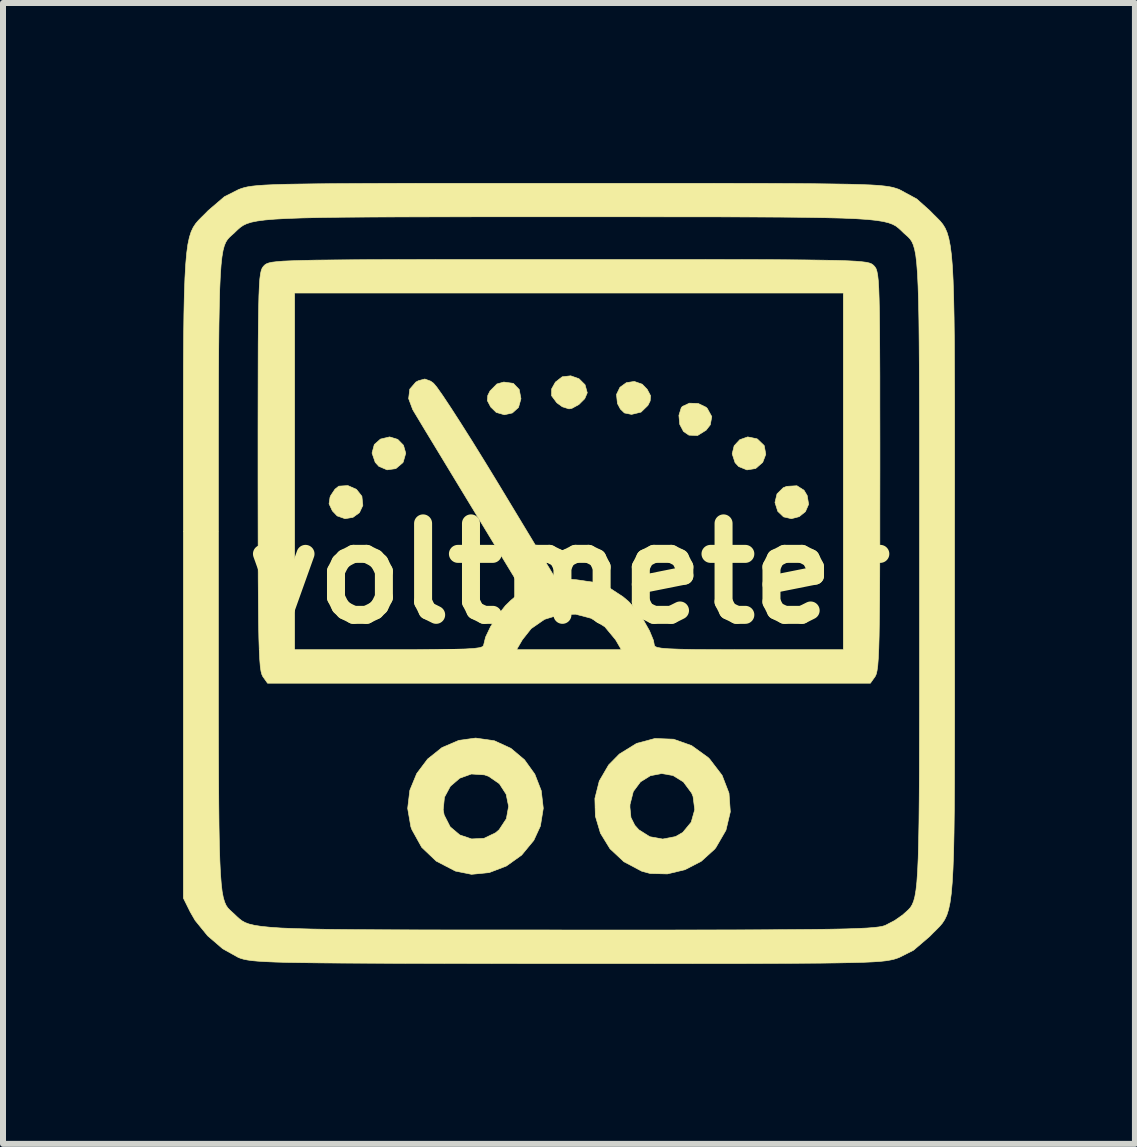
<source format=kicad_pcb>
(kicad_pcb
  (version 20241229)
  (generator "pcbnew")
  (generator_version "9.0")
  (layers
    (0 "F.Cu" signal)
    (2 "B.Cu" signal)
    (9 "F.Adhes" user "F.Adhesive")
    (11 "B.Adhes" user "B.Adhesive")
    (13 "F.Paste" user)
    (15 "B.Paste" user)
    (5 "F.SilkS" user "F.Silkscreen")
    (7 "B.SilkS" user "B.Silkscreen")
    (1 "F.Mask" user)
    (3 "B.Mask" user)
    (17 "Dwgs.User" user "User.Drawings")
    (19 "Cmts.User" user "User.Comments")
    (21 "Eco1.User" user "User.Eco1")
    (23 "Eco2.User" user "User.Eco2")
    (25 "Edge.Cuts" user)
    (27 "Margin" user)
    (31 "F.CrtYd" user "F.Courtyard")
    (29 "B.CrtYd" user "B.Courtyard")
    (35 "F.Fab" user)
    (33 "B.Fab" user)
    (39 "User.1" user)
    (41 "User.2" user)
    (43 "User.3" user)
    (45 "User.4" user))
  (footprint "voltmeter"
    (layer "F.Cu")
    (at 6.432 6.507)
    (property "Reference" "voltmeter" (at 0 0 0) (layer "F.SilkS") (effects (font (size 1.524 1.524) (thickness 0.3))))
    (attr through_hole)
    (fp_poly (pts (xy -2.854 -2.235) (xy -2.758 -2.137) (xy -2.72 -2.004) (xy -2.762 -1.858) (xy -2.768 -1.847) (xy -2.886 -1.747) (xy -3.031 -1.727) (xy -3.168 -1.785) (xy -3.229 -1.852) (xy -3.282 -2.007) (xy -3.244 -2.149) (xy -3.141 -2.24) (xy -2.989 -2.276) (xy -2.854 -2.235)) (stroke (width 0.01) (type solid)) (fill yes) (layer "F.SilkS"))
    (fp_poly (pts (xy -0.927 -3.168) (xy -0.829 -3.066) (xy -0.8 -2.912) (xy -0.841 -2.767) (xy -0.943 -2.675) (xy -1.076 -2.645) (xy -1.212 -2.684) (xy -1.304 -2.774) (xy -1.36 -2.88) (xy -1.353 -2.967) (xy -1.316 -3.041) (xy -1.201 -3.158) (xy -1.086 -3.19) (xy -0.927 -3.168)) (stroke (width 0.01) (type solid)) (fill yes) (layer "F.SilkS"))
    (fp_poly (pts (xy 3.131 -2.245) (xy 3.141 -2.24) (xy 3.254 -2.131) (xy 3.28 -1.986) (xy 3.229 -1.852) (xy 3.111 -1.749) (xy 2.966 -1.726) (xy 2.828 -1.782) (xy 2.768 -1.847) (xy 2.72 -1.994) (xy 2.753 -2.128) (xy 2.846 -2.229) (xy 2.979 -2.276) (xy 3.131 -2.245)) (stroke (width 0.01) (type solid)) (fill yes) (layer "F.SilkS"))
    (fp_poly (pts (xy 3.917 -1.387) (xy 3.97 -1.299) (xy 3.994 -1.153) (xy 3.941 -1.031) (xy 3.837 -0.947) (xy 3.707 -0.913) (xy 3.576 -0.943) (xy 3.48 -1.035) (xy 3.433 -1.183) (xy 3.467 -1.326) (xy 3.571 -1.429) (xy 3.63 -1.452) (xy 3.799 -1.462) (xy 3.917 -1.387)) (stroke (width 0.01) (type solid)) (fill yes) (layer "F.SilkS"))
    (fp_poly (pts (xy -3.542 -1.402) (xy -3.451 -1.287) (xy -3.435 -1.134) (xy -3.492 -1.013) (xy -3.6 -0.935) (xy -3.732 -0.913) (xy -3.863 -0.959) (xy -3.943 -1.043) (xy -3.998 -1.161) (xy -3.982 -1.271) (xy -3.97 -1.299) (xy -3.9 -1.404) (xy -3.836 -1.455) (xy -3.685 -1.465) (xy -3.542 -1.402)) (stroke (width 0.01) (type solid)) (fill yes) (layer "F.SilkS"))
    (fp_poly (pts (xy 0.166 -3.246) (xy 0.268 -3.145) (xy 0.305 -3.011) (xy 0.263 -2.913) (xy 0.165 -2.815) (xy 0.049 -2.752) (xy 0 -2.743) (xy -0.111 -2.778) (xy -0.203 -2.845) (xy -0.29 -2.962) (xy -0.289 -3.076) (xy -0.226 -3.189) (xy -0.112 -3.278) (xy 0.029 -3.294) (xy 0.166 -3.246)) (stroke (width 0.01) (type solid)) (fill yes) (layer "F.SilkS"))
    (fp_poly (pts (xy 1.221 -3.154) (xy 1.304 -3.068) (xy 1.36 -2.962) (xy 1.353 -2.875) (xy 1.316 -2.801) (xy 1.201 -2.689) (xy 1.043 -2.651) (xy 0.924 -2.675) (xy 0.857 -2.74) (xy 0.808 -2.832) (xy 0.792 -2.983) (xy 0.85 -3.103) (xy 0.957 -3.18) (xy 1.089 -3.2) (xy 1.221 -3.154)) (stroke (width 0.01) (type solid)) (fill yes) (layer "F.SilkS"))
    (fp_poly (pts (xy 2.154 -2.833) (xy 2.283 -2.771) (xy 2.304 -2.752) (xy 2.38 -2.614) (xy 2.355 -2.477) (xy 2.286 -2.388) (xy 2.143 -2.299) (xy 1.999 -2.305) (xy 1.909 -2.366) (xy 1.846 -2.485) (xy 1.832 -2.634) (xy 1.871 -2.761) (xy 1.89 -2.784) (xy 2.007 -2.838) (xy 2.154 -2.833)) (stroke (width 0.01) (type solid)) (fill yes) (layer "F.SilkS"))
    (fp_poly (pts (xy -1.243 2.788) (xy -0.968 2.914) (xy -0.741 3.105) (xy -0.569 3.345) (xy -0.462 3.62) (xy -0.428 3.913) (xy -0.476 4.209) (xy -0.586 4.448) (xy -0.789 4.694) (xy -1.044 4.876) (xy -1.329 4.985) (xy -1.624 5.014) (xy -1.892 4.96) (xy -2.212 4.794) (xy -2.454 4.564) (xy -2.617 4.27) (xy -2.635 4.222) (xy -2.684 3.939) (xy -2.096 3.939) (xy -2.08 4.025) (xy -1.979 4.223) (xy -1.819 4.358) (xy -1.623 4.424) (xy -1.416 4.414) (xy -1.222 4.321) (xy -1.164 4.271) (xy -1.043 4.087) (xy -1.006 3.881) (xy -1.047 3.679) (xy -1.16 3.504) (xy -1.338 3.381) (xy -1.41 3.356) (xy -1.626 3.342) (xy -1.821 3.412) (xy -1.977 3.547) (xy -2.075 3.729) (xy -2.096 3.939) (xy -2.684 3.939) (xy -2.688 3.914) (xy -2.652 3.613) (xy -2.537 3.334) (xy -2.355 3.092) (xy -2.117 2.902) (xy -1.835 2.781) (xy -1.555 2.743) (xy -1.243 2.788)) (stroke (width 0.01) (type solid)) (fill yes) (layer "F.SilkS"))
    (fp_poly (pts (xy 1.743 2.762) (xy 2.043 2.868) (xy 2.319 3.067) (xy 2.344 3.092) (xy 2.552 3.364) (xy 2.667 3.662) (xy 2.689 3.972) (xy 2.616 4.279) (xy 2.448 4.569) (xy 2.426 4.596) (xy 2.204 4.797) (xy 1.933 4.937) (xy 1.64 5.007) (xy 1.353 5) (xy 1.213 4.962) (xy 0.915 4.804) (xy 0.684 4.588) (xy 0.525 4.329) (xy 0.44 4.044) (xy 0.436 3.897) (xy 1.016 3.897) (xy 1.033 4.068) (xy 1.097 4.196) (xy 1.164 4.271) (xy 1.347 4.387) (xy 1.562 4.426) (xy 1.775 4.385) (xy 1.896 4.316) (xy 2.037 4.145) (xy 2.096 3.936) (xy 2.068 3.717) (xy 2.044 3.659) (xy 1.907 3.474) (xy 1.734 3.367) (xy 1.543 3.334) (xy 1.356 3.371) (xy 1.192 3.473) (xy 1.072 3.634) (xy 1.017 3.851) (xy 1.016 3.897) (xy 0.436 3.897) (xy 0.432 3.749) (xy 0.505 3.459) (xy 0.661 3.191) (xy 0.84 3.009) (xy 1.127 2.832) (xy 1.433 2.75) (xy 1.743 2.762)) (stroke (width 0.01) (type solid)) (fill yes) (layer "F.SilkS"))
    (fp_poly (pts (xy 0.821 -5.232) (xy 1.547 -5.232) (xy 2.184 -5.232) (xy 2.737 -5.231) (xy 3.212 -5.23) (xy 3.616 -5.228) (xy 3.955 -5.225) (xy 4.235 -5.221) (xy 4.461 -5.217) (xy 4.64 -5.211) (xy 4.778 -5.204) (xy 4.881 -5.195) (xy 4.955 -5.186) (xy 5.006 -5.174) (xy 5.04 -5.161) (xy 5.063 -5.146) (xy 5.08 -5.131) (xy 5.1 -5.108) (xy 5.118 -5.079) (xy 5.132 -5.036) (xy 5.145 -4.971) (xy 5.155 -4.878) (xy 5.163 -4.748) (xy 5.169 -4.574) (xy 5.174 -4.348) (xy 5.177 -4.064) (xy 5.179 -3.713) (xy 5.181 -3.288) (xy 5.181 -2.782) (xy 5.182 -2.187) (xy 5.182 -1.713) (xy 5.181 -1.043) (xy 5.181 -0.468) (xy 5.179 0.021) (xy 5.177 0.43) (xy 5.173 0.767) (xy 5.169 1.038) (xy 5.163 1.252) (xy 5.155 1.416) (xy 5.146 1.536) (xy 5.134 1.621) (xy 5.121 1.677) (xy 5.105 1.712) (xy 5.103 1.716) (xy 5.023 1.829) (xy -5.023 1.829) (xy -5.103 1.716) (xy -5.118 1.684) (xy -5.132 1.632) (xy -5.144 1.553) (xy -5.153 1.439) (xy -5.161 1.284) (xy -5.168 1.079) (xy -5.173 0.818) (xy -5.176 0.493) (xy -5.179 0.097) (xy -5.18 -0.378) (xy -5.181 -0.938) (xy -5.182 -1.591) (xy -5.182 -1.713) (xy -5.182 -2.375) (xy -5.181 -2.942) (xy -5.18 -3.423) (xy -5.179 -3.825) (xy -5.176 -4.155) (xy -5.172 -4.421) (xy -5.167 -4.631) (xy -5.165 -4.674) (xy -4.572 -4.674) (xy -4.572 1.27) (xy -2.997 1.27) (xy -0.873 1.27) (xy 0.873 1.27) (xy 0.777 1.105) (xy 0.598 0.889) (xy 0.369 0.747) (xy 0.112 0.679) (xy -0.154 0.685) (xy -0.408 0.765) (xy -0.63 0.919) (xy -0.777 1.105) (xy -0.873 1.27) (xy -2.997 1.27) (xy -2.552 1.27) (xy -2.197 1.268) (xy -1.924 1.264) (xy -1.723 1.258) (xy -1.582 1.249) (xy -1.492 1.237) (xy -1.442 1.221) (xy -1.424 1.201) (xy -1.422 1.192) (xy -1.39 1.061) (xy -1.307 0.887) (xy -1.19 0.702) (xy -1.06 0.537) (xy -0.973 0.452) (xy -0.776 0.286) (xy -1.641 -1.14) (xy -1.854 -1.491) (xy -2.054 -1.821) (xy -2.234 -2.118) (xy -2.387 -2.37) (xy -2.505 -2.566) (xy -2.582 -2.694) (xy -2.604 -2.731) (xy -2.672 -2.914) (xy -2.653 -3.072) (xy -2.552 -3.189) (xy -2.512 -3.211) (xy -2.403 -3.241) (xy -2.305 -3.205) (xy -2.258 -3.171) (xy -2.203 -3.106) (xy -2.103 -2.964) (xy -1.965 -2.756) (xy -1.795 -2.492) (xy -1.6 -2.183) (xy -1.388 -1.84) (xy -1.18 -1.499) (xy -0.229 0.076) (xy 0.127 0.105) (xy 0.427 0.149) (xy 0.671 0.238) (xy 0.9 0.388) (xy 0.993 0.466) (xy 1.116 0.599) (xy 1.239 0.773) (xy 1.342 0.955) (xy 1.408 1.115) (xy 1.422 1.192) (xy 1.432 1.214) (xy 1.469 1.232) (xy 1.543 1.245) (xy 1.663 1.255) (xy 1.841 1.262) (xy 2.086 1.267) (xy 2.409 1.269) (xy 2.819 1.27) (xy 2.997 1.27) (xy 4.572 1.27) (xy 4.572 -4.674) (xy -4.572 -4.674) (xy -5.165 -4.674) (xy -5.16 -4.791) (xy -5.152 -4.909) (xy -5.141 -4.993) (xy -5.128 -5.051) (xy -5.113 -5.089) (xy -5.095 -5.115) (xy -5.08 -5.131) (xy -5.062 -5.148) (xy -5.038 -5.162) (xy -5.002 -5.175) (xy -4.95 -5.187) (xy -4.873 -5.196) (xy -4.767 -5.205) (xy -4.626 -5.211) (xy -4.443 -5.217) (xy -4.212 -5.222) (xy -3.927 -5.225) (xy -3.582 -5.228) (xy -3.172 -5.23) (xy -2.69 -5.231) (xy -2.129 -5.232) (xy -1.485 -5.232) (xy -0.751 -5.232) (xy -0.000001 -5.232) (xy 0.821 -5.232)) (stroke (width 0.01) (type solid)) (fill yes) (layer "F.SilkS"))
    (fp_poly (pts (xy 0.843 -6.502) (xy 1.591 -6.502) (xy 2.25 -6.502) (xy 2.825 -6.501) (xy 3.323 -6.5) (xy 3.75 -6.498) (xy 4.112 -6.495) (xy 4.415 -6.491) (xy 4.665 -6.487) (xy 4.868 -6.481) (xy 5.031 -6.475) (xy 5.159 -6.467) (xy 5.258 -6.457) (xy 5.336 -6.446) (xy 5.396 -6.434) (xy 5.447 -6.419) (xy 5.494 -6.403) (xy 5.504 -6.399) (xy 5.796 -6.241) (xy 6.011 -6.049) (xy 6.076 -5.983) (xy 6.134 -5.926) (xy 6.185 -5.874) (xy 6.23 -5.819) (xy 6.269 -5.756) (xy 6.302 -5.68) (xy 6.33 -5.584) (xy 6.354 -5.462) (xy 6.374 -5.308) (xy 6.39 -5.117) (xy 6.402 -4.883) (xy 6.411 -4.599) (xy 6.418 -4.26) (xy 6.423 -3.859) (xy 6.425 -3.392) (xy 6.427 -2.852) (xy 6.427 -2.232) (xy 6.427 -1.528) (xy 6.426 -0.733) (xy 6.426 0) (xy 6.426 0.875) (xy 6.427 1.654) (xy 6.427 2.343) (xy 6.426 2.949) (xy 6.425 3.477) (xy 6.422 3.932) (xy 6.417 4.322) (xy 6.41 4.651) (xy 6.4 4.926) (xy 6.387 5.153) (xy 6.371 5.337) (xy 6.351 5.485) (xy 6.326 5.602) (xy 6.297 5.694) (xy 6.262 5.768) (xy 6.222 5.829) (xy 6.177 5.882) (xy 6.125 5.935) (xy 6.066 5.993) (xy 6.011 6.049) (xy 5.742 6.279) (xy 5.504 6.399) (xy 5.458 6.416) (xy 5.409 6.431) (xy 5.351 6.443) (xy 5.279 6.455) (xy 5.186 6.465) (xy 5.065 6.473) (xy 4.912 6.48) (xy 4.72 6.485) (xy 4.482 6.49) (xy 4.193 6.494) (xy 3.847 6.496) (xy 3.437 6.498) (xy 2.957 6.5) (xy 2.402 6.5) (xy 1.766 6.501) (xy 1.041 6.5) (xy 0.223 6.5) (xy -0.015 6.5) (xy -0.86 6.5) (xy -1.61 6.499) (xy -2.271 6.498) (xy -2.848 6.497) (xy -3.348 6.495) (xy -3.776 6.493) (xy -4.139 6.49) (xy -4.443 6.486) (xy -4.694 6.482) (xy -4.897 6.476) (xy -5.06 6.469) (xy -5.187 6.461) (xy -5.286 6.452) (xy -5.361 6.441) (xy -5.42 6.429) (xy -5.468 6.415) (xy -5.509 6.4) (xy -5.771 6.254) (xy -6.022 6.038) (xy -6.23 5.782) (xy -6.311 5.642) (xy -6.426 5.41) (xy -6.426 0) (xy -6.426 -0.875) (xy -6.427 -1.482) (xy -5.842 -1.482) (xy -5.842 -0.699) (xy -5.842 0) (xy -5.842 0.86) (xy -5.842 1.624) (xy -5.842 2.299) (xy -5.841 2.889) (xy -5.839 3.401) (xy -5.836 3.842) (xy -5.832 4.216) (xy -5.826 4.53) (xy -5.818 4.789) (xy -5.808 4.999) (xy -5.795 5.167) (xy -5.78 5.299) (xy -5.761 5.399) (xy -5.739 5.474) (xy -5.714 5.531) (xy -5.685 5.574) (xy -5.651 5.609) (xy -5.613 5.644) (xy -5.58 5.674) (xy -5.535 5.717) (xy -5.494 5.754) (xy -5.45 5.788) (xy -5.398 5.817) (xy -5.331 5.842) (xy -5.243 5.863) (xy -5.128 5.881) (xy -4.98 5.896) (xy -4.794 5.909) (xy -4.563 5.918) (xy -4.281 5.926) (xy -3.942 5.932) (xy -3.541 5.936) (xy -3.07 5.938) (xy -2.524 5.94) (xy -1.897 5.941) (xy -1.184 5.941) (xy -0.377 5.941) (xy -0.011 5.942) (xy 0.831 5.942) (xy 1.577 5.942) (xy 2.234 5.941) (xy 2.807 5.94) (xy 3.302 5.938) (xy 3.725 5.935) (xy 4.082 5.932) (xy 4.378 5.928) (xy 4.621 5.923) (xy 4.815 5.916) (xy 4.967 5.909) (xy 5.082 5.9) (xy 5.167 5.89) (xy 5.227 5.879) (xy 5.268 5.866) (xy 5.271 5.865) (xy 5.429 5.783) (xy 5.567 5.686) (xy 5.579 5.674) (xy 5.621 5.637) (xy 5.658 5.603) (xy 5.691 5.566) (xy 5.719 5.521) (xy 5.744 5.461) (xy 5.765 5.382) (xy 5.783 5.276) (xy 5.798 5.138) (xy 5.81 4.962) (xy 5.82 4.742) (xy 5.827 4.473) (xy 5.833 4.148) (xy 5.837 3.761) (xy 5.84 3.307) (xy 5.841 2.78) (xy 5.842 2.173) (xy 5.842 1.482) (xy 5.842 0.699) (xy 5.842 -0.000001) (xy 5.842 -0.86) (xy 5.842 -1.624) (xy 5.842 -2.299) (xy 5.841 -2.889) (xy 5.839 -3.401) (xy 5.836 -3.842) (xy 5.832 -4.216) (xy 5.826 -4.53) (xy 5.818 -4.789) (xy 5.808 -5) (xy 5.795 -5.168) (xy 5.78 -5.299) (xy 5.761 -5.399) (xy 5.739 -5.475) (xy 5.714 -5.531) (xy 5.685 -5.574) (xy 5.651 -5.61) (xy 5.613 -5.644) (xy 5.579 -5.674) (xy 5.534 -5.718) (xy 5.492 -5.756) (xy 5.448 -5.79) (xy 5.394 -5.819) (xy 5.326 -5.844) (xy 5.237 -5.866) (xy 5.122 -5.884) (xy 4.973 -5.9) (xy 4.786 -5.912) (xy 4.553 -5.922) (xy 4.27 -5.929) (xy 3.93 -5.935) (xy 3.527 -5.939) (xy 3.054 -5.941) (xy 2.507 -5.943) (xy 1.879 -5.943) (xy 1.163 -5.944) (xy 0.355 -5.944) (xy -0.000001 -5.944) (xy -0.848 -5.944) (xy -1.6 -5.944) (xy -2.263 -5.943) (xy -2.843 -5.942) (xy -3.344 -5.94) (xy -3.775 -5.937) (xy -4.14 -5.932) (xy -4.445 -5.925) (xy -4.697 -5.916) (xy -4.902 -5.905) (xy -5.066 -5.891) (xy -5.194 -5.874) (xy -5.293 -5.854) (xy -5.369 -5.83) (xy -5.428 -5.802) (xy -5.475 -5.77) (xy -5.517 -5.734) (xy -5.56 -5.693) (xy -5.579 -5.674) (xy -5.621 -5.637) (xy -5.658 -5.603) (xy -5.691 -5.566) (xy -5.719 -5.521) (xy -5.744 -5.461) (xy -5.765 -5.382) (xy -5.783 -5.276) (xy -5.798 -5.138) (xy -5.81 -4.962) (xy -5.82 -4.742) (xy -5.827 -4.473) (xy -5.833 -4.148) (xy -5.837 -3.761) (xy -5.84 -3.307) (xy -5.841 -2.78) (xy -5.842 -2.173) (xy -5.842 -1.482) (xy -6.427 -1.482) (xy -6.427 -1.654) (xy -6.427 -2.343) (xy -6.426 -2.949) (xy -6.425 -3.477) (xy -6.422 -3.932) (xy -6.417 -4.322) (xy -6.41 -4.651) (xy -6.4 -4.926) (xy -6.387 -5.153) (xy -6.371 -5.337) (xy -6.351 -5.485) (xy -6.326 -5.602) (xy -6.297 -5.694) (xy -6.262 -5.768) (xy -6.222 -5.829) (xy -6.177 -5.882) (xy -6.125 -5.935) (xy -6.066 -5.993) (xy -6.011 -6.049) (xy -5.742 -6.279) (xy -5.504 -6.399) (xy -5.458 -6.416) (xy -5.409 -6.431) (xy -5.351 -6.444) (xy -5.278 -6.455) (xy -5.184 -6.465) (xy -5.064 -6.473) (xy -4.91 -6.48) (xy -4.716 -6.486) (xy -4.478 -6.49) (xy -4.188 -6.494) (xy -3.84 -6.497) (xy -3.429 -6.499) (xy -2.948 -6.501) (xy -2.392 -6.502) (xy -1.753 -6.502) (xy -1.027 -6.502) (xy -0.206 -6.502) (xy -0.000001 -6.502) (xy 0.843 -6.502)) (stroke (width 0.01) (type solid)) (fill yes) (layer "F.SilkS")))
  (gr_rect
    (start -3 -3)
    (end 15.864 16.013)
    (stroke (width 0.1) (type default))
    (fill no)
    (layer "Edge.Cuts")))
</source>
